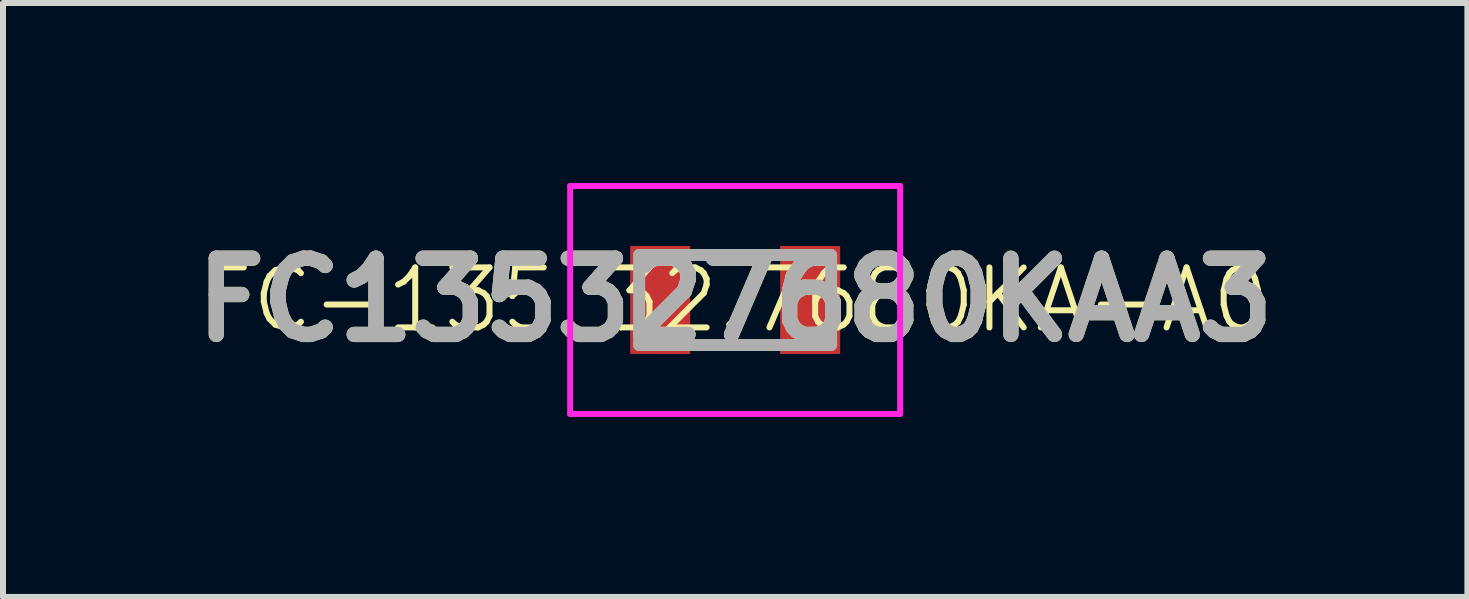
<source format=kicad_pcb>
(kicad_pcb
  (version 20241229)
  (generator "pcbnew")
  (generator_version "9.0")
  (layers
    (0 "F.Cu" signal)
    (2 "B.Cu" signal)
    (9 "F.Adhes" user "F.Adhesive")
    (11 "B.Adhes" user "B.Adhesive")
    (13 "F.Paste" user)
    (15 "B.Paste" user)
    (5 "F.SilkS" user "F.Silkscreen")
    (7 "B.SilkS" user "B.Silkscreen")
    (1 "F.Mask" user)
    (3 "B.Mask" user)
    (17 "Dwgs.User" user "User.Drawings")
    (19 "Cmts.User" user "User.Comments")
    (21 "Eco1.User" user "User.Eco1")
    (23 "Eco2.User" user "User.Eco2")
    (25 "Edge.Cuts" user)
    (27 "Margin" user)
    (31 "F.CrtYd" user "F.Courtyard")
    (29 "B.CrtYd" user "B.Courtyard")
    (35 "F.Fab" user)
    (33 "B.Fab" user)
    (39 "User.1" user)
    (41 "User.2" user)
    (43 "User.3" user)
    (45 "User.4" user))
  (footprint "FC135327680KAA3"
    (layer "F.Cu")
    (at 9.204 1.95)
    (property "Reference" "FC135327680KAA3" (at 0 0 0) (layer "F.SilkS") (effects (font (size 1.27 1.27) (thickness 0.254))))
    (property "Manufacturer_Part_Number" "FC-135 32.7680KA-A0" (at 0 0 0) (layer "F.SilkS") (effects (font (size 1 1) (thickness 0.1))))
    (attr smd)
    (fp_line (start -0.4 -0.75) (end 0.4 -0.75) (stroke (width 0.1) (type solid)) (layer "F.SilkS"))
    (fp_line (start -0.4 0.75) (end 0.4 0.75) (stroke (width 0.1) (type solid)) (layer "F.SilkS"))
    (fp_line (start -2.75 -1.9) (end 2.75 -1.9) (stroke (width 0.1) (type solid)) (layer "F.CrtYd"))
    (fp_line (start -2.75 1.9) (end -2.75 -1.9) (stroke (width 0.1) (type solid)) (layer "F.CrtYd"))
    (fp_line (start 2.75 -1.9) (end 2.75 1.9) (stroke (width 0.1) (type solid)) (layer "F.CrtYd"))
    (fp_line (start 2.75 1.9) (end -2.75 1.9) (stroke (width 0.1) (type solid)) (layer "F.CrtYd"))
    (fp_line (start -1.6 -0.75) (end 1.6 -0.75) (stroke (width 0.2) (type solid)) (layer "F.Fab"))
    (fp_line (start -1.6 0.75) (end -1.6 -0.75) (stroke (width 0.2) (type solid)) (layer "F.Fab"))
    (fp_line (start 1.6 -0.75) (end 1.6 0.75) (stroke (width 0.2) (type solid)) (layer "F.Fab"))
    (fp_line (start 1.6 0.75) (end -1.6 0.75) (stroke (width 0.2) (type solid)) (layer "F.Fab"))
    (fp_text user "${REFERENCE}" (at 0 0 0) (layer "F.Fab") (effects (font (size 1.27 1.27) (thickness 0.254))))
    (pad "1" smd rect (at -1.25 0) (size 1 1.8) (layers "F.Cu" "F.Mask" "F.Paste"))
    (pad "2" smd rect (at 1.25 0) (size 1 1.8) (layers "F.Cu" "F.Mask" "F.Paste")))
  (gr_rect
    (start -3 -3)
    (end 21.409 6.9)
    (stroke (width 0.1) (type default))
    (fill no)
    (layer "Edge.Cuts")))
</source>
